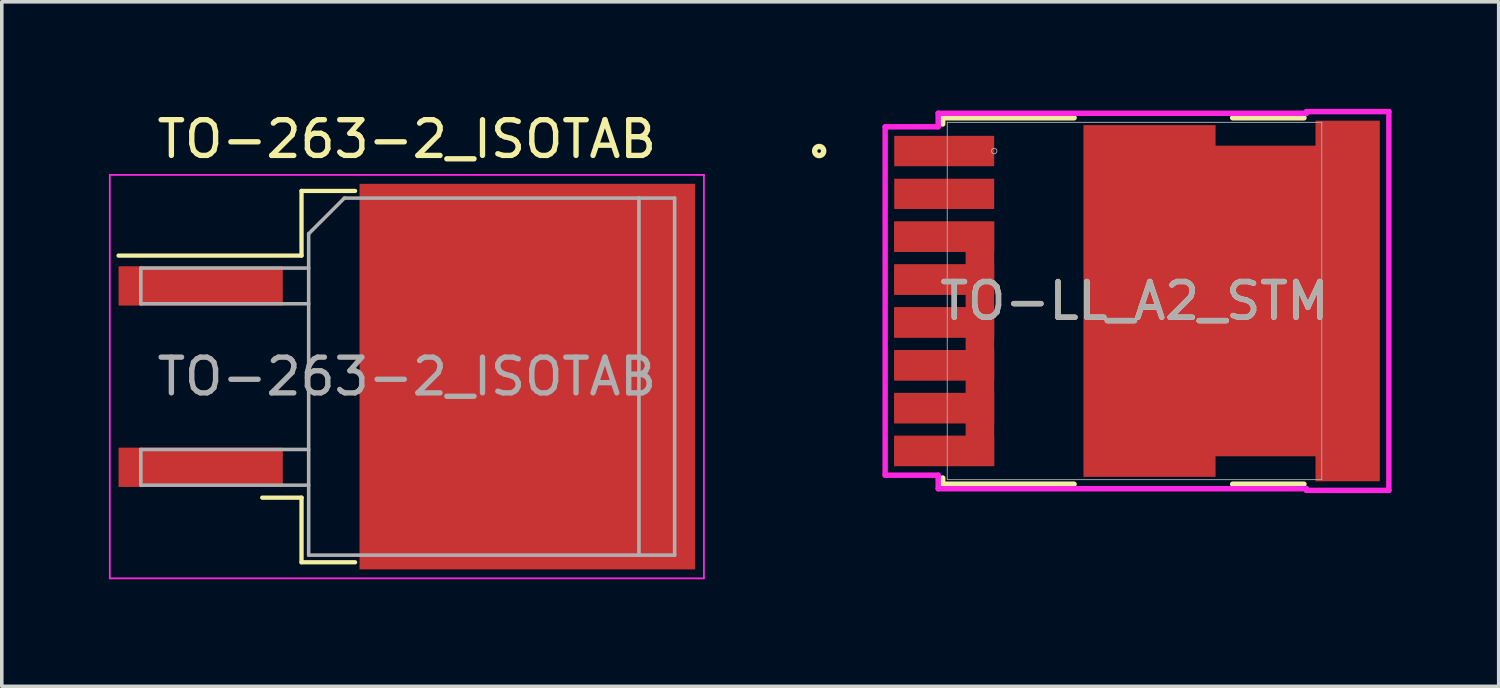
<source format=kicad_pcb>
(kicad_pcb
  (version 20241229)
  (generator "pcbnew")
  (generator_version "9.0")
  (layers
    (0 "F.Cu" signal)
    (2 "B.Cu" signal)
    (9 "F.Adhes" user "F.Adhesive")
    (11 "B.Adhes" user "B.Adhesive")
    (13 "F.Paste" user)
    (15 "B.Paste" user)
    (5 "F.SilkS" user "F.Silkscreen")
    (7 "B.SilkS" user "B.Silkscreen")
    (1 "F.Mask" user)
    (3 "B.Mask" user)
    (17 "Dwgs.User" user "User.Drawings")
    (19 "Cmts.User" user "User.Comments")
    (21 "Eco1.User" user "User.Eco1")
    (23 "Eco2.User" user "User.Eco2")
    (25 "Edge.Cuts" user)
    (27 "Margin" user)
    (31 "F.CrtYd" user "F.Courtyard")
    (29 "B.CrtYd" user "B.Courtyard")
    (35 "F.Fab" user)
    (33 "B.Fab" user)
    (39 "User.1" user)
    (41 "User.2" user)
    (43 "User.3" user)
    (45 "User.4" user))
  (footprint "TO-263-2_ISOTAB"
    (layer "F.Cu")
    (at 8.345 7.498)
    (property "Reference" "TO-263-2_ISOTAB" (at 0 -6.65 0) (layer "F.SilkS") (effects (font (size 1 1) (thickness 0.15))))
    (attr smd)
    (fp_line (start -2.95 -5.2) (end -2.95 -3.39) (stroke (width 0.12) (type solid)) (layer "F.SilkS"))
    (fp_line (start -2.95 -3.39) (end -8.075 -3.39) (stroke (width 0.12) (type solid)) (layer "F.SilkS"))
    (fp_line (start -2.95 3.39) (end -4.05 3.39) (stroke (width 0.12) (type solid)) (layer "F.SilkS"))
    (fp_line (start -2.95 5.2) (end -2.95 3.39) (stroke (width 0.12) (type solid)) (layer "F.SilkS"))
    (fp_line (start -1.45 -5.2) (end -2.95 -5.2) (stroke (width 0.12) (type solid)) (layer "F.SilkS"))
    (fp_line (start -1.45 5.2) (end -2.95 5.2) (stroke (width 0.12) (type solid)) (layer "F.SilkS"))
    (fp_line (start -8.32 -5.65) (end -8.32 5.65) (stroke (width 0.05) (type solid)) (layer "F.CrtYd"))
    (fp_line (start -8.32 5.65) (end 8.32 5.65) (stroke (width 0.05) (type solid)) (layer "F.CrtYd"))
    (fp_line (start 8.32 -5.65) (end -8.32 -5.65) (stroke (width 0.05) (type solid)) (layer "F.CrtYd"))
    (fp_line (start 8.32 5.65) (end 8.32 -5.65) (stroke (width 0.05) (type solid)) (layer "F.CrtYd"))
    (fp_line (start -7.45 -3.04) (end -7.45 -2.04) (stroke (width 0.1) (type solid)) (layer "F.Fab"))
    (fp_line (start -7.45 -2.04) (end -2.75 -2.04) (stroke (width 0.1) (type solid)) (layer "F.Fab"))
    (fp_line (start -7.45 2.04) (end -7.45 3.04) (stroke (width 0.1) (type solid)) (layer "F.Fab"))
    (fp_line (start -7.45 3.04) (end -2.75 3.04) (stroke (width 0.1) (type solid)) (layer "F.Fab"))
    (fp_line (start -2.75 -4) (end -1.75 -5) (stroke (width 0.1) (type solid)) (layer "F.Fab"))
    (fp_line (start -2.75 -3.04) (end -7.45 -3.04) (stroke (width 0.1) (type solid)) (layer "F.Fab"))
    (fp_line (start -2.75 2.04) (end -7.45 2.04) (stroke (width 0.1) (type solid)) (layer "F.Fab"))
    (fp_line (start -2.75 5) (end -2.75 -4) (stroke (width 0.1) (type solid)) (layer "F.Fab"))
    (fp_line (start -1.75 -5) (end 6.5 -5) (stroke (width 0.1) (type solid)) (layer "F.Fab"))
    (fp_line (start 6.5 -5) (end 6.5 5) (stroke (width 0.1) (type solid)) (layer "F.Fab"))
    (fp_line (start 6.5 -5) (end 7.5 -5) (stroke (width 0.1) (type solid)) (layer "F.Fab"))
    (fp_line (start 6.5 5) (end -2.75 5) (stroke (width 0.1) (type solid)) (layer "F.Fab"))
    (fp_line (start 7.5 -5) (end 7.5 5) (stroke (width 0.1) (type solid)) (layer "F.Fab"))
    (fp_line (start 7.5 5) (end 6.5 5) (stroke (width 0.1) (type solid)) (layer "F.Fab"))
    (fp_text user "${REFERENCE}" (at 0 0 0) (layer "F.Fab") (effects (font (size 1 1) (thickness 0.15))))
    (pad "" smd rect (at 0.508 -3.048) (size 3.5 4.25) (layers "F.Paste"))
    (pad "" smd rect (at 0.508 3.048) (size 3.5 4.25) (layers "F.Paste"))
    (pad "" smd rect (at 6.096 -3.048) (size 3.5 4.25) (layers "F.Paste"))
    (pad "" smd rect (at 6.096 3.048) (size 3.5 4.25) (layers "F.Paste"))
    (pad "1" smd rect (at -5.775 -2.54) (size 4.6 1.1) (layers "F.Cu" "F.Mask" "F.Paste"))
    (pad "2" smd rect (at -5.775 2.54) (size 4.6 1.1) (layers "F.Cu" "F.Mask" "F.Paste"))
    (pad "3" smd rect (at 3.375 0) (size 9.4 10.8) (layers "F.Cu" "F.Mask")))
  (footprint "TO-LL_A2_STM"
    (layer "F.Cu")
    (at 28.725 5.38)
    (property "Reference" "TO-LL_A2_STM" (at 0 0 0) (unlocked yes) (layer "F.SilkS") (effects (font (size 1 1) (thickness 0.15))))
    (attr smd)
    (fp_poly (pts (xy -1.43 -4.926) (xy -1.43 4.926) (xy 2.27 4.926) (xy 2.27 4.35) (xy 5.07 4.35) (xy 5.07 5.05) (xy 6.87 5.05) (xy 6.87 -5.05) (xy 5.07 -5.05) (xy 5.07 -4.35) (xy 2.27 -4.35) (xy 2.27 -4.926)) (stroke (width 0) (type solid)) (fill yes) (layer "F.Cu"))
    (fp_poly (pts (xy -6.73 -2.225) (xy -6.73 -1.375) (xy -4.73 -1.375) (xy -4.73 -1.025) (xy -6.73 -1.025) (xy -6.73 -0.175) (xy -4.73 -0.175) (xy -4.73 0.175) (xy -6.73 0.175) (xy -6.73 1.025) (xy -4.73 1.025) (xy -4.73 1.375) (xy -6.73 1.375) (xy -6.73 2.225) (xy -4.73 2.225) (xy -4.73 2.575) (xy -6.73 2.575) (xy -6.73 3.425) (xy -4.73 3.425) (xy -4.73 3.775) (xy -6.73 3.775) (xy -6.73 4.625) (xy -3.93 4.625) (xy -3.93 -2.225)) (stroke (width 0) (type solid)) (fill yes) (layer "F.Cu"))
    (fp_poly (pts (xy -1.43 -4.926) (xy -1.43 4.926) (xy 2.27 4.926) (xy 2.27 4.35) (xy 5.07 4.35) (xy 5.07 5.05) (xy 6.87 5.05) (xy 6.87 -5.05) (xy 5.07 -5.05) (xy 5.07 -4.35) (xy 2.27 -4.35) (xy 2.27 -4.926)) (stroke (width 0) (type solid)) (fill yes) (layer "F.Mask"))
    (fp_poly (pts (xy -6.73 -2.225) (xy -6.73 -1.375) (xy -4.73 -1.375) (xy -4.73 -1.025) (xy -6.73 -1.025) (xy -6.73 -0.175) (xy -4.73 -0.175) (xy -4.73 0.175) (xy -6.73 0.175) (xy -6.73 1.025) (xy -4.73 1.025) (xy -4.73 1.375) (xy -6.73 1.375) (xy -6.73 2.225) (xy -4.73 2.225) (xy -4.73 2.575) (xy -6.73 2.575) (xy -6.73 3.425) (xy -4.73 3.425) (xy -4.73 3.775) (xy -6.73 3.775) (xy -6.73 4.625) (xy -3.93 4.625) (xy -3.93 -2.225)) (stroke (width 0) (type solid)) (fill yes) (layer "F.Mask"))
    (fp_line (start -5.372 -5.131) (end -1.692 -5.131) (stroke (width 0.152) (type solid)) (layer "F.SilkS"))
    (fp_line (start -5.372 -4.958) (end -5.372 -5.131) (stroke (width 0.152) (type solid)) (layer "F.SilkS"))
    (fp_line (start -5.372 5.131) (end -5.372 4.958) (stroke (width 0.152) (type solid)) (layer "F.SilkS"))
    (fp_line (start -1.692 5.131) (end -5.372 5.131) (stroke (width 0.152) (type solid)) (layer "F.SilkS"))
    (fp_line (start 2.749 -5.131) (end 4.747 -5.131) (stroke (width 0.152) (type solid)) (layer "F.SilkS"))
    (fp_line (start 4.747 5.131) (end 2.749 5.131) (stroke (width 0.152) (type solid)) (layer "F.SilkS"))
    (fp_circle (center -8.832 -4.2) (end -8.705 -4.2) (stroke (width 0.152) (type solid)) (fill no) (layer "F.SilkS"))
    (fp_poly (pts (xy -1.43 -4.926) (xy -1.43 4.926) (xy 2.27 4.926) (xy 2.27 4.35) (xy 5.07 4.35) (xy 5.07 5.05) (xy 6.87 5.05) (xy 6.87 -5.05) (xy 5.07 -5.05) (xy 5.07 -4.35) (xy 2.27 -4.35) (xy 2.27 -4.926)) (stroke (width 0) (type solid)) (fill yes) (layer "F.Paste"))
    (fp_poly (pts (xy -6.73 -2.225) (xy -6.73 -1.375) (xy -4.73 -1.375) (xy -4.73 -1.025) (xy -6.73 -1.025) (xy -6.73 -0.175) (xy -4.73 -0.175) (xy -4.73 0.175) (xy -6.73 0.175) (xy -6.73 1.025) (xy -4.73 1.025) (xy -4.73 1.375) (xy -6.73 1.375) (xy -6.73 2.225) (xy -4.73 2.225) (xy -4.73 2.575) (xy -6.73 2.575) (xy -6.73 3.425) (xy -4.73 3.425) (xy -4.73 3.775) (xy -6.73 3.775) (xy -6.73 4.625) (xy -3.93 4.625) (xy -3.93 -2.225)) (stroke (width 0) (type solid)) (fill yes) (layer "F.Paste"))
    (fp_line (start -6.984 -4.879) (end -6.984 4.879) (stroke (width 0.152) (type solid)) (layer "F.CrtYd"))
    (fp_line (start -6.984 4.879) (end -5.499 4.879) (stroke (width 0.152) (type solid)) (layer "F.CrtYd"))
    (fp_line (start -5.499 -5.258) (end -5.499 -4.879) (stroke (width 0.152) (type solid)) (layer "F.CrtYd"))
    (fp_line (start -5.499 -4.879) (end -6.984 -4.879) (stroke (width 0.152) (type solid)) (layer "F.CrtYd"))
    (fp_line (start -5.499 4.879) (end -5.499 5.258) (stroke (width 0.152) (type solid)) (layer "F.CrtYd"))
    (fp_line (start -5.499 5.258) (end 4.816 5.258) (stroke (width 0.152) (type solid)) (layer "F.CrtYd"))
    (fp_line (start 4.816 -5.304) (end 4.816 -5.258) (stroke (width 0.152) (type solid)) (layer "F.CrtYd"))
    (fp_line (start 4.816 -5.258) (end -5.499 -5.258) (stroke (width 0.152) (type solid)) (layer "F.CrtYd"))
    (fp_line (start 4.816 5.258) (end 4.816 5.304) (stroke (width 0.152) (type solid)) (layer "F.CrtYd"))
    (fp_line (start 4.816 5.304) (end 7.124 5.304) (stroke (width 0.152) (type solid)) (layer "F.CrtYd"))
    (fp_line (start 7.124 -5.304) (end 4.816 -5.304) (stroke (width 0.152) (type solid)) (layer "F.CrtYd"))
    (fp_line (start 7.124 5.304) (end 7.124 -5.304) (stroke (width 0.152) (type solid)) (layer "F.CrtYd"))
    (fp_line (start -5.245 -5.004) (end -5.245 5.004) (stroke (width 0.025) (type solid)) (layer "F.Fab"))
    (fp_line (start -5.245 5.004) (end 5.245 5.004) (stroke (width 0.025) (type solid)) (layer "F.Fab"))
    (fp_line (start 5.245 -5.004) (end -5.245 -5.004) (stroke (width 0.025) (type solid)) (layer "F.Fab"))
    (fp_line (start 5.245 5.004) (end 5.245 -5.004) (stroke (width 0.025) (type solid)) (layer "F.Fab"))
    (fp_circle (center -3.93 -4.2) (end -3.854 -4.2) (stroke (width 0.025) (type solid)) (fill no) (layer "F.Fab"))
    (fp_text user "${REFERENCE}" (at 0 0 0) (unlocked yes) (layer "F.Fab") (effects (font (size 1 1) (thickness 0.15))))
    (pad "1" smd rect (at -5.33 -4.2) (size 2.8 0.85) (layers "F.Cu" "F.Mask" "F.Paste"))
    (pad "2" smd rect (at -5.33 -3) (size 2.8 0.85) (layers "F.Cu" "F.Mask" "F.Paste"))
    (pad "3" smd rect (at -5.33 -1.8) (size 2.8 0.85) (layers "F.Cu" "F.Mask" "F.Paste"))
    (pad "4" smd rect (at -5.33 -0.6) (size 2.8 0.85) (layers "F.Cu" "F.Mask" "F.Paste"))
    (pad "5" smd rect (at -5.33 0.6) (size 2.8 0.85) (layers "F.Cu" "F.Mask" "F.Paste"))
    (pad "6" smd rect (at -5.33 1.8) (size 2.8 0.85) (layers "F.Cu" "F.Mask" "F.Paste"))
    (pad "7" smd rect (at -5.33 3) (size 2.8 0.85) (layers "F.Cu" "F.Mask" "F.Paste"))
    (pad "8" smd rect (at -5.33 4.2) (size 2.8 0.85) (layers "F.Cu" "F.Mask" "F.Paste"))
    (pad "9" smd rect (at 2.87 0) (size 0.127 0.127) (layers "F.Cu" "F.Mask" "F.Paste")))
  (gr_rect
    (start -3 -3)
    (end 38.925 16.173)
    (stroke (width 0.1) (type default))
    (fill no)
    (layer "Edge.Cuts")))
</source>
